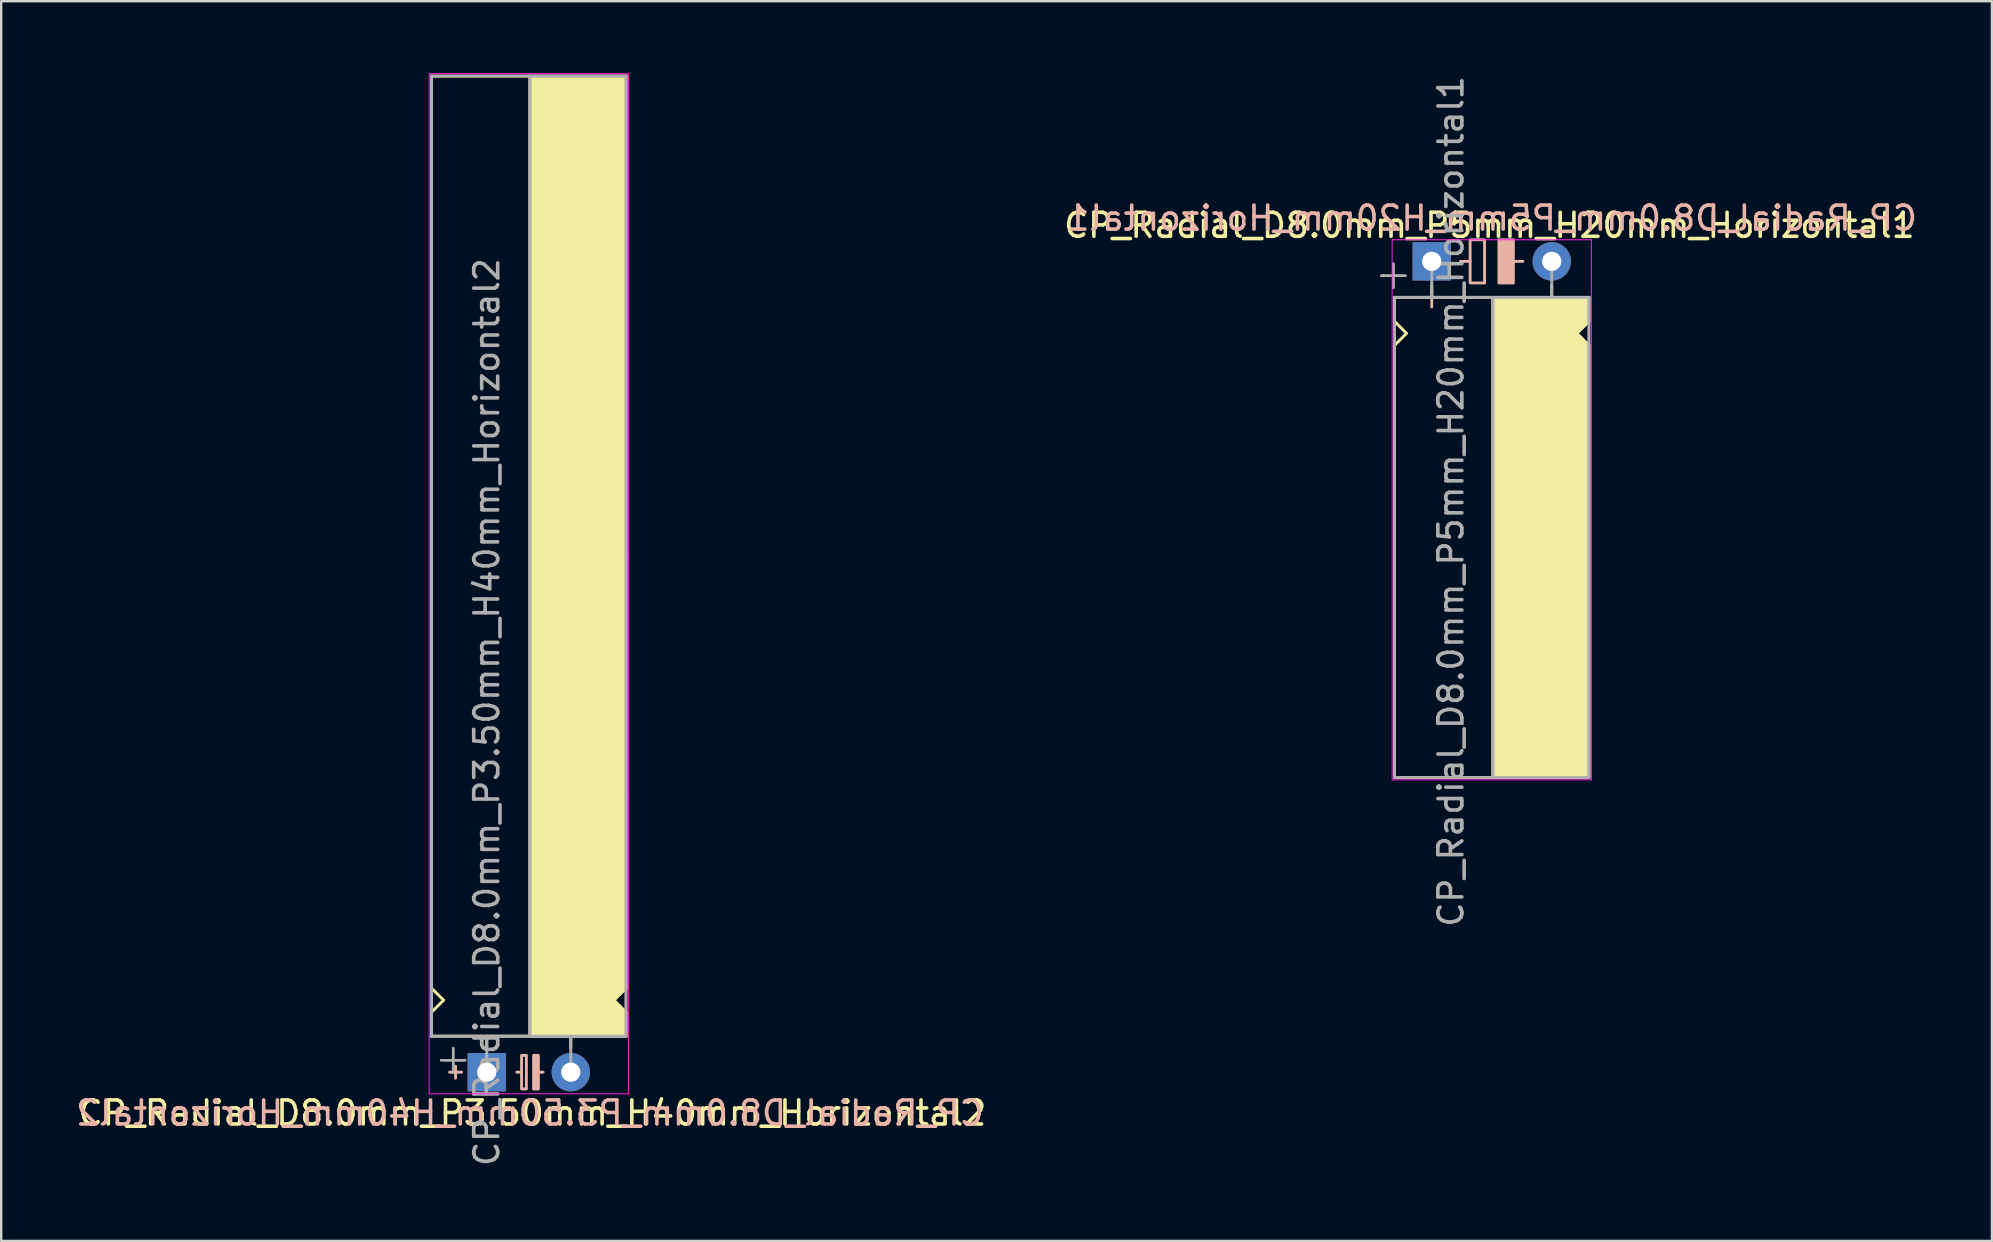
<source format=kicad_pcb>
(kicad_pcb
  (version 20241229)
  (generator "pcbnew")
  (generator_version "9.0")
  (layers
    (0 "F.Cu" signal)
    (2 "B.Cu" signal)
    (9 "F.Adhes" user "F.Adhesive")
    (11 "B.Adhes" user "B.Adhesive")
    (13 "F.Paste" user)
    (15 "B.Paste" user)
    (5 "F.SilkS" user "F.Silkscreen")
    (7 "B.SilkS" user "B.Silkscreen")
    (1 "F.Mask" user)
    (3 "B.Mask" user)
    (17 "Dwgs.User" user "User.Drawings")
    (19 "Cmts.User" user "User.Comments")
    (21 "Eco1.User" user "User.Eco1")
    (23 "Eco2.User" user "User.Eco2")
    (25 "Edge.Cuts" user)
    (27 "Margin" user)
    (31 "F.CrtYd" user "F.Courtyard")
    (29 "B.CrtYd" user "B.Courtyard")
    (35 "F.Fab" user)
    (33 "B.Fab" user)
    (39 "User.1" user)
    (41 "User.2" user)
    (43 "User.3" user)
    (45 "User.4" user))
  (footprint "CP_Radial_D8.0mm_P3.50mm_H40mm_Horizontal2"
    (layer "F.Cu")
    (at 17.23 41.62)
    (property "Reference" "CP_Radial_D8.0mm_P3.50mm_H40mm_Horizontal2" (at 1.9 1.7 0) (layer "F.SilkS") (effects (font (size 1 1) (thickness 0.15))))
    (fp_line (start -2.3 -41.5) (end 5.8 -41.5) (stroke (width 0.12) (type solid)) (layer "F.SilkS"))
    (fp_line (start -2.3 -3.5) (end -2.3 -41.5) (stroke (width 0.12) (type solid)) (layer "F.SilkS"))
    (fp_line (start -2.3 -3.5) (end -1.8 -3) (stroke (width 0.12) (type solid)) (layer "F.SilkS"))
    (fp_line (start -2.3 -2.5) (end -2.3 -1.5) (stroke (width 0.12) (type solid)) (layer "F.SilkS"))
    (fp_line (start -2.3 -1.5) (end 5.8 -1.5) (stroke (width 0.12) (type solid)) (layer "F.SilkS"))
    (fp_line (start -1.9 -0.5) (end -0.9 -0.5) (stroke (width 0.1) (type solid)) (layer "F.SilkS"))
    (fp_line (start -1.8 -3) (end -2.3 -2.5) (stroke (width 0.12) (type solid)) (layer "F.SilkS"))
    (fp_line (start -1.4 0) (end -1.4 -1) (stroke (width 0.1) (type solid)) (layer "F.SilkS"))
    (fp_line (start 0 -1) (end 0 -1.5) (stroke (width 0.12) (type solid)) (layer "F.SilkS"))
    (fp_line (start 1.8 -41.5) (end 1.8 -1.5) (stroke (width 0.12) (type solid)) (layer "F.SilkS"))
    (fp_line (start 3.5 -1) (end 3.5 -1.5) (stroke (width 0.12) (type solid)) (layer "F.SilkS"))
    (fp_line (start 5.3 -3) (end 5.8 -2.5) (stroke (width 0.12) (type solid)) (layer "F.SilkS"))
    (fp_line (start 5.8 -21.5) (end 5.7 -21.5) (stroke (width 0.12) (type solid)) (layer "F.SilkS"))
    (fp_line (start 5.8 -11.5) (end 5.8 -41.5) (stroke (width 0.12) (type solid)) (layer "F.SilkS"))
    (fp_line (start 5.8 -11.5) (end 5.8 -3.5) (stroke (width 0.12) (type solid)) (layer "F.SilkS"))
    (fp_line (start 5.8 -3.5) (end 5.3 -3) (stroke (width 0.12) (type solid)) (layer "F.SilkS"))
    (fp_line (start 5.8 -2.5) (end 5.8 -1.5) (stroke (width 0.12) (type solid)) (layer "F.SilkS"))
    (fp_poly (pts (xy 5.8 -2.5) (xy 5.3 -3) (xy 5.8 -3.5) (xy 5.8 -41.5) (xy 1.8 -41.5) (xy 1.8 -1.5) (xy 5.8 -1.5)) (stroke (width 0.1) (type solid)) (fill yes) (layer "F.SilkS"))
    (fp_line (start -1.3 -0.25) (end -1.3 0.25) (stroke (width 0.12) (type solid)) (layer "B.SilkS"))
    (fp_line (start -1.05 0) (end -1.55 0) (stroke (width 0.12) (type solid)) (layer "B.SilkS"))
    (fp_line (start 1.45 0) (end 1.25 0) (stroke (width 0.12) (type solid)) (layer "B.SilkS"))
    (fp_line (start 2.15 0) (end 2.35 0) (stroke (width 0.12) (type solid)) (layer "B.SilkS"))
    (fp_rect (start 1.65 -0.7) (end 1.45 0.7) (stroke (width 0.12) (type solid)) (fill no) (layer "B.SilkS"))
    (fp_rect (start 2.15 -0.7) (end 1.95 0.7) (stroke (width 0.12) (type solid)) (fill yes) (layer "B.SilkS"))
    (fp_line (start -2.4 -41.6) (end -2.4 -1.5) (stroke (width 0.04) (type solid)) (layer "F.CrtYd"))
    (fp_line (start -2.4 -1.5) (end -2.4 0.9) (stroke (width 0.04) (type solid)) (layer "F.CrtYd"))
    (fp_line (start -2.4 0.9) (end 5.9 0.9) (stroke (width 0.04) (type solid)) (layer "F.CrtYd"))
    (fp_line (start 5.9 -41.6) (end -2.4 -41.6) (stroke (width 0.04) (type solid)) (layer "F.CrtYd"))
    (fp_line (start 5.9 0.9) (end 5.9 -41.6) (stroke (width 0.04) (type solid)) (layer "F.CrtYd"))
    (fp_line (start -2.3 -41.5) (end -2.3 -1.5) (stroke (width 0.12) (type solid)) (layer "F.Fab"))
    (fp_line (start -2.3 -1.5) (end 5.8 -1.5) (stroke (width 0.12) (type solid)) (layer "F.Fab"))
    (fp_line (start -1.9 -0.5) (end -0.9 -0.5) (stroke (width 0.1) (type solid)) (layer "F.Fab"))
    (fp_line (start -1.4 0) (end -1.4 -1) (stroke (width 0.1) (type solid)) (layer "F.Fab"))
    (fp_line (start 0 -1.5) (end 0 0) (stroke (width 0.12) (type solid)) (layer "F.Fab"))
    (fp_line (start 1.8 -1.5) (end 1.8 -41.5) (stroke (width 0.12) (type solid)) (layer "F.Fab"))
    (fp_line (start 3.5 -1.5) (end 3.5 0) (stroke (width 0.12) (type solid)) (layer "F.Fab"))
    (fp_line (start 5.8 -41.5) (end -2.3 -41.5) (stroke (width 0.12) (type solid)) (layer "F.Fab"))
    (fp_line (start 5.8 -1.5) (end 5.8 -41.5) (stroke (width 0.12) (type solid)) (layer "F.Fab"))
    (fp_poly (pts (xy 5.8 -41.5) (xy 1.8 -41.5) (xy 1.8 -1.5) (xy 5.8 -1.5)) (stroke (width 0.1) (type solid)) (fill no) (layer "F.Fab"))
    (fp_text user "${REFERENCE}" (at 1.8 1.7 0) (layer "B.SilkS") (effects (font (size 1 1) (thickness 0.15)) (justify mirror)))
    (fp_text user "${REFERENCE}" (at 0 -15 90) (layer "F.Fab") (effects (font (size 1 1) (thickness 0.15))))
    (pad "1" thru_hole rect (at 0 0) (size 1.6 1.6) (drill 0.8) (layers "*.Cu" "*.Mask"))
    (pad "2" thru_hole circle (at 3.5 0) (size 1.6 1.6) (drill 0.8) (layers "*.Cu" "*.Mask")))
  (footprint "CP_Radial_D8.0mm_P5mm_H20mm_Horizontal1"
    (layer "F.Cu")
    (at 57.399 7.839)
    (property "Reference" "CP_Radial_D8.0mm_P5mm_H20mm_Horizontal1" (at 1.6 -1.5 0) (layer "F.SilkS") (effects (font (size 1 1) (thickness 0.15))))
    (fp_line (start -2.9 0.6) (end -1.9 0.6) (stroke (width 0.1) (type solid)) (layer "F.SilkS"))
    (fp_line (start -2.4 1.1) (end -2.4 0.1) (stroke (width 0.1) (type solid)) (layer "F.SilkS"))
    (fp_line (start -2.35 1.5) (end 5.75 1.5) (stroke (width 0.12) (type solid)) (layer "F.SilkS"))
    (fp_line (start -2.35 2.5) (end -2.35 1.5) (stroke (width 0.12) (type solid)) (layer "F.SilkS"))
    (fp_line (start -2.35 3.5) (end -2.35 21.5) (stroke (width 0.12) (type solid)) (layer "F.SilkS"))
    (fp_line (start -2.35 3.5) (end -1.85 3) (stroke (width 0.12) (type solid)) (layer "F.SilkS"))
    (fp_line (start -2.35 21.5) (end 5.65 21.5) (stroke (width 0.12) (type solid)) (layer "F.SilkS"))
    (fp_line (start -1.85 3) (end -2.35 2.5) (stroke (width 0.12) (type solid)) (layer "F.SilkS"))
    (fp_line (start -0.8 1) (end -0.8 1.5) (stroke (width 0.12) (type solid)) (layer "F.SilkS"))
    (fp_line (start 1.75 21.5) (end 1.75 1.5) (stroke (width 0.12) (type solid)) (layer "F.SilkS"))
    (fp_line (start 4.2 1) (end 4.2 1.5) (stroke (width 0.12) (type solid)) (layer "F.SilkS"))
    (fp_line (start 5.25 3) (end 5.75 2.5) (stroke (width 0.12) (type solid)) (layer "F.SilkS"))
    (fp_line (start 5.75 2.5) (end 5.75 1.5) (stroke (width 0.12) (type solid)) (layer "F.SilkS"))
    (fp_line (start 5.75 3.5) (end 5.25 3) (stroke (width 0.12) (type solid)) (layer "F.SilkS"))
    (fp_line (start 5.75 3.5) (end 5.75 21.5) (stroke (width 0.12) (type solid)) (layer "F.SilkS"))
    (fp_line (start 5.75 21.5) (end 5.65 21.5) (stroke (width 0.12) (type solid)) (layer "F.SilkS"))
    (fp_poly (pts (xy 5.75 2.5) (xy 5.25 3) (xy 5.75 3.5) (xy 5.75 21.5) (xy 1.75 21.5) (xy 1.75 1.5) (xy 5.75 1.5)) (stroke (width 0.1) (type solid)) (fill yes) (layer "F.SilkS"))
    (fp_line (start -0.8 1.1) (end -0.8 1.9) (stroke (width 0.12) (type solid)) (layer "B.SilkS"))
    (fp_line (start -0.4 1.5) (end -1.2 1.5) (stroke (width 0.12) (type solid)) (layer "B.SilkS"))
    (fp_line (start 0.8 0) (end 0.4 0) (stroke (width 0.12) (type solid)) (layer "B.SilkS"))
    (fp_line (start 3 0) (end 2.6 0) (stroke (width 0.12) (type solid)) (layer "B.SilkS"))
    (fp_rect (start 1.4 -0.9) (end 0.8 0.9) (stroke (width 0.12) (type solid)) (fill no) (layer "B.SilkS"))
    (fp_rect (start 2.6 -0.9) (end 2 0.9) (stroke (width 0.12) (type solid)) (fill yes) (layer "B.SilkS"))
    (fp_line (start -2.45 -0.9) (end 5.85 -0.9) (stroke (width 0.04) (type solid)) (layer "F.CrtYd"))
    (fp_line (start -2.45 1.5) (end -2.45 -0.9) (stroke (width 0.04) (type solid)) (layer "F.CrtYd"))
    (fp_line (start -2.45 21.6) (end -2.45 1.5) (stroke (width 0.04) (type solid)) (layer "F.CrtYd"))
    (fp_line (start 5.85 -0.9) (end 5.85 21.6) (stroke (width 0.04) (type solid)) (layer "F.CrtYd"))
    (fp_line (start 5.85 21.6) (end -2.45 21.6) (stroke (width 0.04) (type solid)) (layer "F.CrtYd"))
    (fp_line (start -2.9 0.6) (end -1.9 0.6) (stroke (width 0.1) (type solid)) (layer "F.Fab"))
    (fp_line (start -2.4 1.1) (end -2.4 0.1) (stroke (width 0.1) (type solid)) (layer "F.Fab"))
    (fp_line (start -2.35 1.5) (end 5.75 1.5) (stroke (width 0.12) (type solid)) (layer "F.Fab"))
    (fp_line (start -2.35 21.5) (end -2.35 1.5) (stroke (width 0.12) (type solid)) (layer "F.Fab"))
    (fp_line (start -0.8 1.5) (end -0.8 0) (stroke (width 0.12) (type solid)) (layer "F.Fab"))
    (fp_line (start 1.75 1.5) (end 1.75 21.5) (stroke (width 0.12) (type solid)) (layer "F.Fab"))
    (fp_line (start 4.2 1.5) (end 4.2 0) (stroke (width 0.12) (type solid)) (layer "F.Fab"))
    (fp_line (start 5.75 1.5) (end 5.75 21.5) (stroke (width 0.12) (type solid)) (layer "F.Fab"))
    (fp_line (start 5.75 21.5) (end -2.35 21.5) (stroke (width 0.12) (type solid)) (layer "F.Fab"))
    (fp_poly (pts (xy 5.75 21.5) (xy 1.75 21.5) (xy 1.75 1.5) (xy 5.75 1.5)) (stroke (width 0.1) (type solid)) (fill no) (layer "F.Fab"))
    (fp_text user "${REFERENCE}" (at 1.7 -1.8 0) (layer "B.SilkS") (effects (font (size 1 1) (thickness 0.15)) (justify mirror)))
    (fp_text user "${REFERENCE}" (at 0 10 90) (layer "F.Fab") (effects (font (size 1 1) (thickness 0.15))))
    (pad "1" thru_hole rect (at -0.8 0) (size 1.6 1.6) (drill 0.8) (layers "*.Cu" "*.Mask"))
    (pad "2" thru_hole circle (at 4.2 0) (size 1.6 1.6) (drill 0.8) (layers "*.Cu" "*.Mask")))
  (gr_rect
    (start -3 -3)
    (end 79.938 48.65)
    (stroke (width 0.1) (type default))
    (fill no)
    (layer "Edge.Cuts")))
</source>
